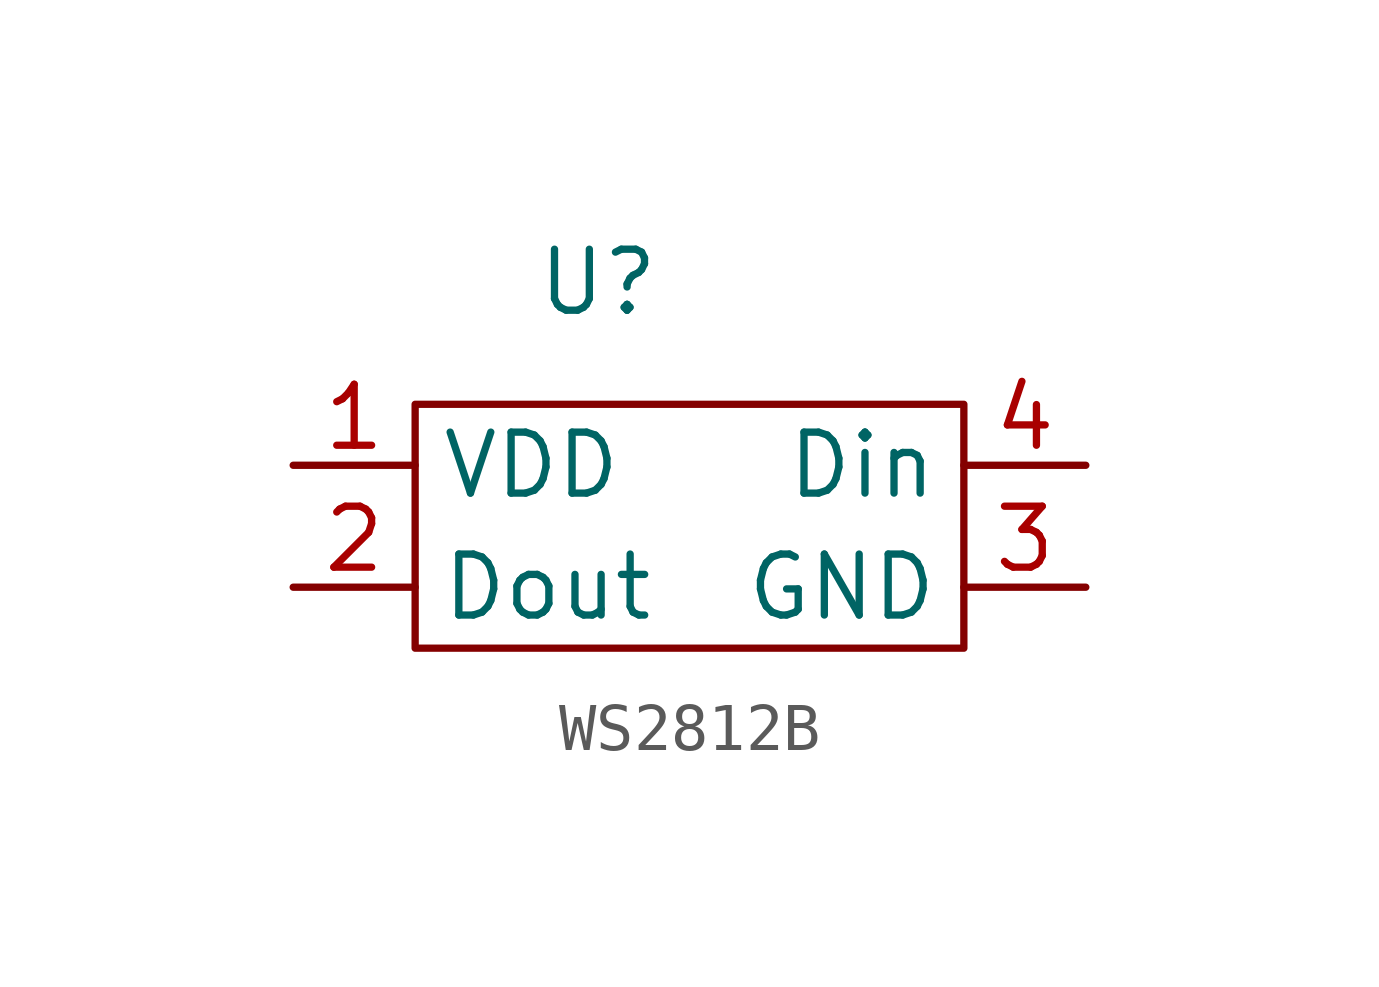
<source format=kicad_sym>
(kicad_symbol_lib
  (version 20220914)
  (generator kicad_symbol_editor)
  (symbol "WS2812B"
    (property "Reference" "U"
      (at 0 0 0)
      (effects (font (size 1.27 1.27))))
    (property "Value" ""
      (at 0 0 0)
      (effects (font (size 1.27 1.27))))
    (symbol "WS2812B_0_1"
      (polyline (pts (xy 7.62 -2.54) (xy 7.62 -7.62) (xy -3.81 -7.62) (xy -3.81 -2.54) (xy 7.62 -2.54)) (stroke (width 0) (type default)) (fill (type none))))
    (symbol "WS2812B_1_1"
      (pin input line (at -6.35 -3.81 0) (length 2.54) (name "VDD" (effects (font (size 1.27 1.27)))) (number "1" (effects (font (size 1.27 1.27)))))
      (pin output line (at -6.35 -6.35 0) (length 2.54) (name "Dout" (effects (font (size 1.27 1.27)))) (number "2" (effects (font (size 1.27 1.27)))))
      (pin passive line (at 10.16 -6.35 180) (length 2.54) (name "GND" (effects (font (size 1.27 1.27)))) (number "3" (effects (font (size 1.27 1.27)))))
      (pin input line (at 10.16 -3.81 180) (length 2.54) (name "Din" (effects (font (size 1.27 1.27)))) (number "4" (effects (font (size 1.27 1.27))))))))
</source>
